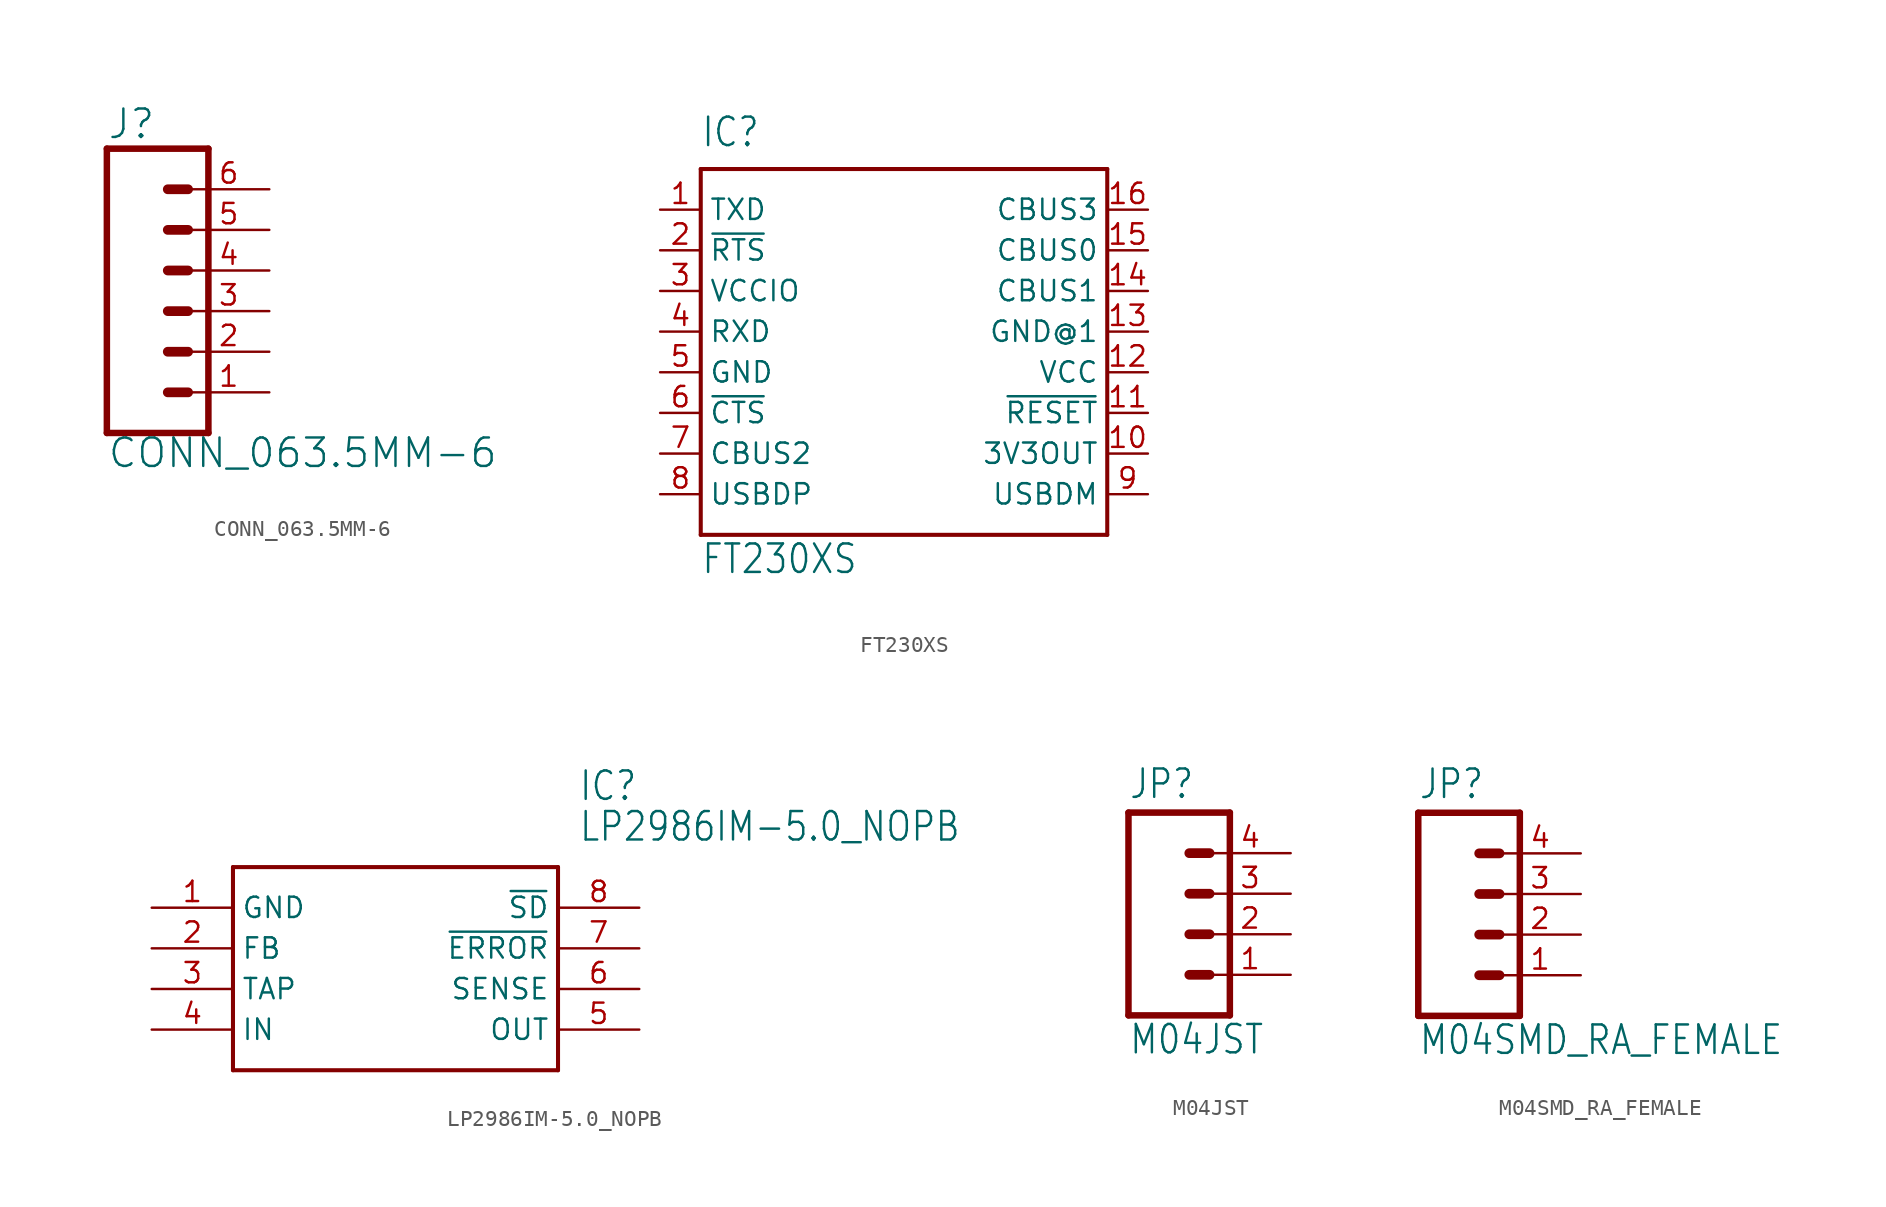
<source format=kicad_sym>
(kicad_symbol_lib
  (version 20211014)
  (generator kicad_symbol_editor)
  (symbol "CONN_063.5MM-6"
    (property "Reference" "J"
      (at -5.08 10.668 0)
      (effects (font (size 1.778 1.778)) (justify left bottom)))
    (property "Value" "CONN_063.5MM-6"
      (at -5.08 -9.906 0)
      (effects (font (size 1.778 1.778)) (justify left bottom)))
    (property "ki_locked" ""
      (at 0 0 0)
      (effects (font (size 1.27 1.27))))
    (symbol "CONN_063.5MM-6_1_0"
      (polyline (pts (xy -5.08 10.16) (xy -5.08 -7.62)) (stroke (width 0.406) (type default) (color 0 0 0 0)) (fill (type none)))
      (polyline (pts (xy -5.08 10.16) (xy 1.27 10.16)) (stroke (width 0.406) (type default) (color 0 0 0 0)) (fill (type none)))
      (polyline (pts (xy -1.27 -5.08) (xy 0 -5.08)) (stroke (width 0.61) (type default) (color 0 0 0 0)) (fill (type none)))
      (polyline (pts (xy -1.27 -2.54) (xy 0 -2.54)) (stroke (width 0.61) (type default) (color 0 0 0 0)) (fill (type none)))
      (polyline (pts (xy -1.27 0) (xy 0 0)) (stroke (width 0.61) (type default) (color 0 0 0 0)) (fill (type none)))
      (polyline (pts (xy -1.27 2.54) (xy 0 2.54)) (stroke (width 0.61) (type default) (color 0 0 0 0)) (fill (type none)))
      (polyline (pts (xy -1.27 5.08) (xy 0 5.08)) (stroke (width 0.61) (type default) (color 0 0 0 0)) (fill (type none)))
      (polyline (pts (xy -1.27 7.62) (xy 0 7.62)) (stroke (width 0.61) (type default) (color 0 0 0 0)) (fill (type none)))
      (polyline (pts (xy 1.27 -7.62) (xy -5.08 -7.62)) (stroke (width 0.406) (type default) (color 0 0 0 0)) (fill (type none)))
      (polyline (pts (xy 1.27 -7.62) (xy 1.27 10.16)) (stroke (width 0.406) (type default) (color 0 0 0 0)) (fill (type none)))
      (pin passive line (at 5.08 -5.08 180) (length 5.08) (name "1" (effects (font (size 0 0)))) (number "1" (effects (font (size 1.27 1.27)))))
      (pin passive line (at 5.08 -2.54 180) (length 5.08) (name "2" (effects (font (size 0 0)))) (number "2" (effects (font (size 1.27 1.27)))))
      (pin passive line (at 5.08 0 180) (length 5.08) (name "3" (effects (font (size 0 0)))) (number "3" (effects (font (size 1.27 1.27)))))
      (pin passive line (at 5.08 2.54 180) (length 5.08) (name "4" (effects (font (size 0 0)))) (number "4" (effects (font (size 1.27 1.27)))))
      (pin passive line (at 5.08 5.08 180) (length 5.08) (name "5" (effects (font (size 0 0)))) (number "5" (effects (font (size 1.27 1.27)))))
      (pin passive line (at 5.08 7.62 180) (length 5.08) (name "6" (effects (font (size 0 0)))) (number "6" (effects (font (size 1.27 1.27)))))))
  (symbol "FT230XS"
    (property "Reference" "IC"
      (at -12.7 11.43 0)
      (effects (font (size 1.778 1.511)) (justify left bottom)))
    (property "Value" "FT230XS"
      (at -12.7 -15.24 0)
      (effects (font (size 1.778 1.511)) (justify left bottom)))
    (property "ki_locked" ""
      (at 0 0 0)
      (effects (font (size 1.27 1.27))))
    (symbol "FT230XS_1_0"
      (polyline (pts (xy -12.7 -12.7) (xy 12.7 -12.7)) (stroke (width 0.254) (type default) (color 0 0 0 0)) (fill (type none)))
      (polyline (pts (xy -12.7 10.16) (xy -12.7 -12.7)) (stroke (width 0.254) (type default) (color 0 0 0 0)) (fill (type none)))
      (polyline (pts (xy 12.7 -12.7) (xy 12.7 10.16)) (stroke (width 0.254) (type default) (color 0 0 0 0)) (fill (type none)))
      (polyline (pts (xy 12.7 10.16) (xy -12.7 10.16)) (stroke (width 0.254) (type default) (color 0 0 0 0)) (fill (type none)))
      (pin output line (at -15.24 7.62 0) (length 2.54) (name "TXD" (effects (font (size 1.27 1.27)))) (number "1" (effects (font (size 1.27 1.27)))))
      (pin output line (at 15.24 -7.62 180) (length 2.54) (name "3V3OUT" (effects (font (size 1.27 1.27)))) (number "10" (effects (font (size 1.27 1.27)))))
      (pin input line (at 15.24 -5.08 180) (length 2.54) (name "~{RESET}" (effects (font (size 1.27 1.27)))) (number "11" (effects (font (size 1.27 1.27)))))
      (pin power_in line (at 15.24 -2.54 180) (length 2.54) (name "VCC" (effects (font (size 1.27 1.27)))) (number "12" (effects (font (size 1.27 1.27)))))
      (pin power_in line (at 15.24 0 180) (length 2.54) (name "GND@1" (effects (font (size 1.27 1.27)))) (number "13" (effects (font (size 1.27 1.27)))))
      (pin bidirectional line (at 15.24 2.54 180) (length 2.54) (name "CBUS1" (effects (font (size 1.27 1.27)))) (number "14" (effects (font (size 1.27 1.27)))))
      (pin bidirectional line (at 15.24 5.08 180) (length 2.54) (name "CBUS0" (effects (font (size 1.27 1.27)))) (number "15" (effects (font (size 1.27 1.27)))))
      (pin bidirectional line (at 15.24 7.62 180) (length 2.54) (name "CBUS3" (effects (font (size 1.27 1.27)))) (number "16" (effects (font (size 1.27 1.27)))))
      (pin output line (at -15.24 5.08 0) (length 2.54) (name "~{RTS}" (effects (font (size 1.27 1.27)))) (number "2" (effects (font (size 1.27 1.27)))))
      (pin power_in line (at -15.24 2.54 0) (length 2.54) (name "VCCIO" (effects (font (size 1.27 1.27)))) (number "3" (effects (font (size 1.27 1.27)))))
      (pin input line (at -15.24 0 0) (length 2.54) (name "RXD" (effects (font (size 1.27 1.27)))) (number "4" (effects (font (size 1.27 1.27)))))
      (pin power_in line (at -15.24 -2.54 0) (length 2.54) (name "GND" (effects (font (size 1.27 1.27)))) (number "5" (effects (font (size 1.27 1.27)))))
      (pin input line (at -15.24 -5.08 0) (length 2.54) (name "~{CTS}" (effects (font (size 1.27 1.27)))) (number "6" (effects (font (size 1.27 1.27)))))
      (pin bidirectional line (at -15.24 -7.62 0) (length 2.54) (name "CBUS2" (effects (font (size 1.27 1.27)))) (number "7" (effects (font (size 1.27 1.27)))))
      (pin input line (at -15.24 -10.16 0) (length 2.54) (name "USBDP" (effects (font (size 1.27 1.27)))) (number "8" (effects (font (size 1.27 1.27)))))
      (pin input line (at 15.24 -10.16 180) (length 2.54) (name "USBDM" (effects (font (size 1.27 1.27)))) (number "9" (effects (font (size 1.27 1.27)))))))
  (symbol "LP2986IM-5.0_NOPB"
    (property "Reference" "IC"
      (at 26.67 7.62 0)
      (effects (font (size 1.778 1.511)) (justify left)))
    (property "Value" "LP2986IM-5.0_NOPB"
      (at 26.67 5.08 0)
      (effects (font (size 1.778 1.511)) (justify left)))
    (property "ki_locked" ""
      (at 0 0 0)
      (effects (font (size 1.27 1.27))))
    (symbol "LP2986IM-5.0_NOPB_1_0"
      (polyline (pts (xy 5.08 2.54) (xy 5.08 -10.16)) (stroke (width 0.254) (type default) (color 0 0 0 0)) (fill (type none)))
      (polyline (pts (xy 5.08 2.54) (xy 25.4 2.54)) (stroke (width 0.254) (type default) (color 0 0 0 0)) (fill (type none)))
      (polyline (pts (xy 25.4 -10.16) (xy 5.08 -10.16)) (stroke (width 0.254) (type default) (color 0 0 0 0)) (fill (type none)))
      (polyline (pts (xy 25.4 -10.16) (xy 25.4 2.54)) (stroke (width 0.254) (type default) (color 0 0 0 0)) (fill (type none)))
      (pin power_in line (at 0 0 0) (length 5.08) (name "GND" (effects (font (size 1.27 1.27)))) (number "1" (effects (font (size 1.27 1.27)))))
      (pin bidirectional line (at 0 -2.54 0) (length 5.08) (name "FB" (effects (font (size 1.27 1.27)))) (number "2" (effects (font (size 1.27 1.27)))))
      (pin bidirectional line (at 0 -5.08 0) (length 5.08) (name "TAP" (effects (font (size 1.27 1.27)))) (number "3" (effects (font (size 1.27 1.27)))))
      (pin input line (at 0 -7.62 0) (length 5.08) (name "IN" (effects (font (size 1.27 1.27)))) (number "4" (effects (font (size 1.27 1.27)))))
      (pin output line (at 30.48 -7.62 180) (length 5.08) (name "OUT" (effects (font (size 1.27 1.27)))) (number "5" (effects (font (size 1.27 1.27)))))
      (pin bidirectional line (at 30.48 -5.08 180) (length 5.08) (name "SENSE" (effects (font (size 1.27 1.27)))) (number "6" (effects (font (size 1.27 1.27)))))
      (pin bidirectional line (at 30.48 -2.54 180) (length 5.08) (name "~{ERROR}" (effects (font (size 1.27 1.27)))) (number "7" (effects (font (size 1.27 1.27)))))
      (pin bidirectional line (at 30.48 0 180) (length 5.08) (name "~{SD}" (effects (font (size 1.27 1.27)))) (number "8" (effects (font (size 1.27 1.27)))))))
  (symbol "M04JST"
    (property "Reference" "JP"
      (at -5.08 8.382 0)
      (effects (font (size 1.778 1.511)) (justify left bottom)))
    (property "Value" "M04JST"
      (at -5.08 -7.62 0)
      (effects (font (size 1.778 1.511)) (justify left bottom)))
    (property "ki_locked" ""
      (at 0 0 0)
      (effects (font (size 1.27 1.27))))
    (symbol "M04JST_1_0"
      (polyline (pts (xy -5.08 7.62) (xy -5.08 -5.08)) (stroke (width 0.406) (type default) (color 0 0 0 0)) (fill (type none)))
      (polyline (pts (xy -5.08 7.62) (xy 1.27 7.62)) (stroke (width 0.406) (type default) (color 0 0 0 0)) (fill (type none)))
      (polyline (pts (xy -1.27 -2.54) (xy 0 -2.54)) (stroke (width 0.61) (type default) (color 0 0 0 0)) (fill (type none)))
      (polyline (pts (xy -1.27 0) (xy 0 0)) (stroke (width 0.61) (type default) (color 0 0 0 0)) (fill (type none)))
      (polyline (pts (xy -1.27 2.54) (xy 0 2.54)) (stroke (width 0.61) (type default) (color 0 0 0 0)) (fill (type none)))
      (polyline (pts (xy -1.27 5.08) (xy 0 5.08)) (stroke (width 0.61) (type default) (color 0 0 0 0)) (fill (type none)))
      (polyline (pts (xy 1.27 -5.08) (xy -5.08 -5.08)) (stroke (width 0.406) (type default) (color 0 0 0 0)) (fill (type none)))
      (polyline (pts (xy 1.27 -5.08) (xy 1.27 7.62)) (stroke (width 0.406) (type default) (color 0 0 0 0)) (fill (type none)))
      (pin passive line (at 5.08 -2.54 180) (length 5.08) (name "1" (effects (font (size 0 0)))) (number "1" (effects (font (size 1.27 1.27)))))
      (pin passive line (at 5.08 0 180) (length 5.08) (name "2" (effects (font (size 0 0)))) (number "2" (effects (font (size 1.27 1.27)))))
      (pin passive line (at 5.08 2.54 180) (length 5.08) (name "3" (effects (font (size 0 0)))) (number "3" (effects (font (size 1.27 1.27)))))
      (pin passive line (at 5.08 5.08 180) (length 5.08) (name "4" (effects (font (size 0 0)))) (number "4" (effects (font (size 1.27 1.27)))))))
  (symbol "M04SMD_RA_FEMALE"
    (property "Reference" "JP"
      (at -5.08 8.382 0)
      (effects (font (size 1.778 1.511)) (justify left bottom)))
    (property "Value" "M04SMD_RA_FEMALE"
      (at -5.08 -7.62 0)
      (effects (font (size 1.778 1.511)) (justify left bottom)))
    (property "ki_locked" ""
      (at 0 0 0)
      (effects (font (size 1.27 1.27))))
    (symbol "M04SMD_RA_FEMALE_1_0"
      (polyline (pts (xy -5.08 7.62) (xy -5.08 -5.08)) (stroke (width 0.406) (type default) (color 0 0 0 0)) (fill (type none)))
      (polyline (pts (xy -5.08 7.62) (xy 1.27 7.62)) (stroke (width 0.406) (type default) (color 0 0 0 0)) (fill (type none)))
      (polyline (pts (xy -1.27 -2.54) (xy 0 -2.54)) (stroke (width 0.61) (type default) (color 0 0 0 0)) (fill (type none)))
      (polyline (pts (xy -1.27 0) (xy 0 0)) (stroke (width 0.61) (type default) (color 0 0 0 0)) (fill (type none)))
      (polyline (pts (xy -1.27 2.54) (xy 0 2.54)) (stroke (width 0.61) (type default) (color 0 0 0 0)) (fill (type none)))
      (polyline (pts (xy -1.27 5.08) (xy 0 5.08)) (stroke (width 0.61) (type default) (color 0 0 0 0)) (fill (type none)))
      (polyline (pts (xy 1.27 -5.08) (xy -5.08 -5.08)) (stroke (width 0.406) (type default) (color 0 0 0 0)) (fill (type none)))
      (polyline (pts (xy 1.27 -5.08) (xy 1.27 7.62)) (stroke (width 0.406) (type default) (color 0 0 0 0)) (fill (type none)))
      (pin passive line (at 5.08 -2.54 180) (length 5.08) (name "1" (effects (font (size 0 0)))) (number "1" (effects (font (size 1.27 1.27)))))
      (pin passive line (at 5.08 0 180) (length 5.08) (name "2" (effects (font (size 0 0)))) (number "2" (effects (font (size 1.27 1.27)))))
      (pin passive line (at 5.08 2.54 180) (length 5.08) (name "3" (effects (font (size 0 0)))) (number "3" (effects (font (size 1.27 1.27)))))
      (pin passive line (at 5.08 5.08 180) (length 5.08) (name "4" (effects (font (size 0 0)))) (number "4" (effects (font (size 1.27 1.27))))))))
</source>
